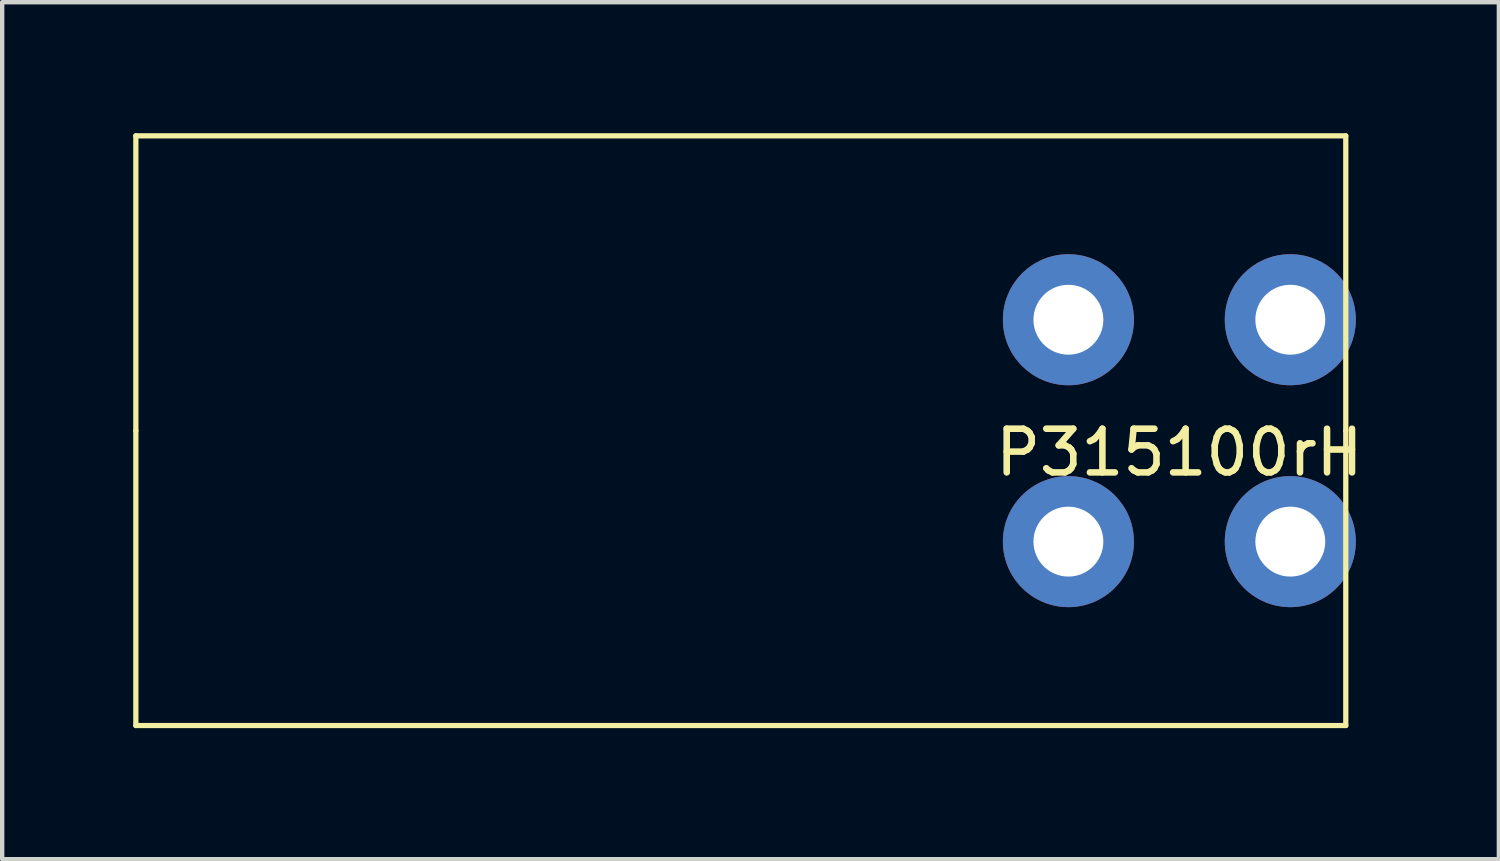
<source format=kicad_pcb>
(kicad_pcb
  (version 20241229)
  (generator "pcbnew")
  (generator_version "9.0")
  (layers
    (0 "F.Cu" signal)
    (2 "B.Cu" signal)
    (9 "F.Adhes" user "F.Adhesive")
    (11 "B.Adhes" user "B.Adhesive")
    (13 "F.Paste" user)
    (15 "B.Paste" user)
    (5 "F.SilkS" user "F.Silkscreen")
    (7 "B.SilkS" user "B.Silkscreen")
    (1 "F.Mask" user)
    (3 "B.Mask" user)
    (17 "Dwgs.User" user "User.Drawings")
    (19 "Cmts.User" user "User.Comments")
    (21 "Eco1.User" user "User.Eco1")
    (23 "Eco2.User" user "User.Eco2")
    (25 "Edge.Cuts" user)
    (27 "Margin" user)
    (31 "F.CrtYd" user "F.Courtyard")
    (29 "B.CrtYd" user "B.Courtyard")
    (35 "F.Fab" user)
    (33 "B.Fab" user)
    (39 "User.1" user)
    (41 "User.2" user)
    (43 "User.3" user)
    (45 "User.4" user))
  (footprint "P315100rH"
    (layer "F.Cu")
    (at 27.76 6.81)
    (property "Reference" "P315100rH" (at -3.81 0.5 0) (layer "F.SilkS") (effects (font (size 1 1) (thickness 0.15))))
    (attr through_hole)
    (fp_line (start -27.7 -6.75) (end -27.7 0) (stroke (width 0.12) (type solid)) (layer "F.SilkS"))
    (fp_line (start -27.7 -6.75) (end 0 -6.75) (stroke (width 0.12) (type solid)) (layer "F.SilkS"))
    (fp_line (start -27.7 6.75) (end -27.7 0) (stroke (width 0.12) (type solid)) (layer "F.SilkS"))
    (fp_line (start -27.7 6.75) (end 0 6.75) (stroke (width 0.12) (type solid)) (layer "F.SilkS"))
    (fp_line (start 0 -6.75) (end 0 0) (stroke (width 0.12) (type solid)) (layer "F.SilkS"))
    (fp_line (start 0 6.75) (end 0 0) (stroke (width 0.12) (type solid)) (layer "F.SilkS"))
    (pad "1" thru_hole circle (at -6.35 -2.54) (size 3 3) (drill 1.6) (layers "*.Cu" "*.Mask"))
    (pad "1" thru_hole circle (at -6.35 2.54) (size 3 3) (drill 1.6) (layers "*.Cu" "*.Mask"))
    (pad "1" thru_hole circle (at -1.27 -2.54) (size 3 3) (drill 1.6) (layers "*.Cu" "*.Mask"))
    (pad "1" thru_hole circle (at -1.27 2.54) (size 3 3) (drill 1.6) (layers "*.Cu" "*.Mask")))
  (gr_rect
    (start -3 -3)
    (end 31.265 16.62)
    (stroke (width 0.1) (type default))
    (fill no)
    (layer "Edge.Cuts")))
</source>
